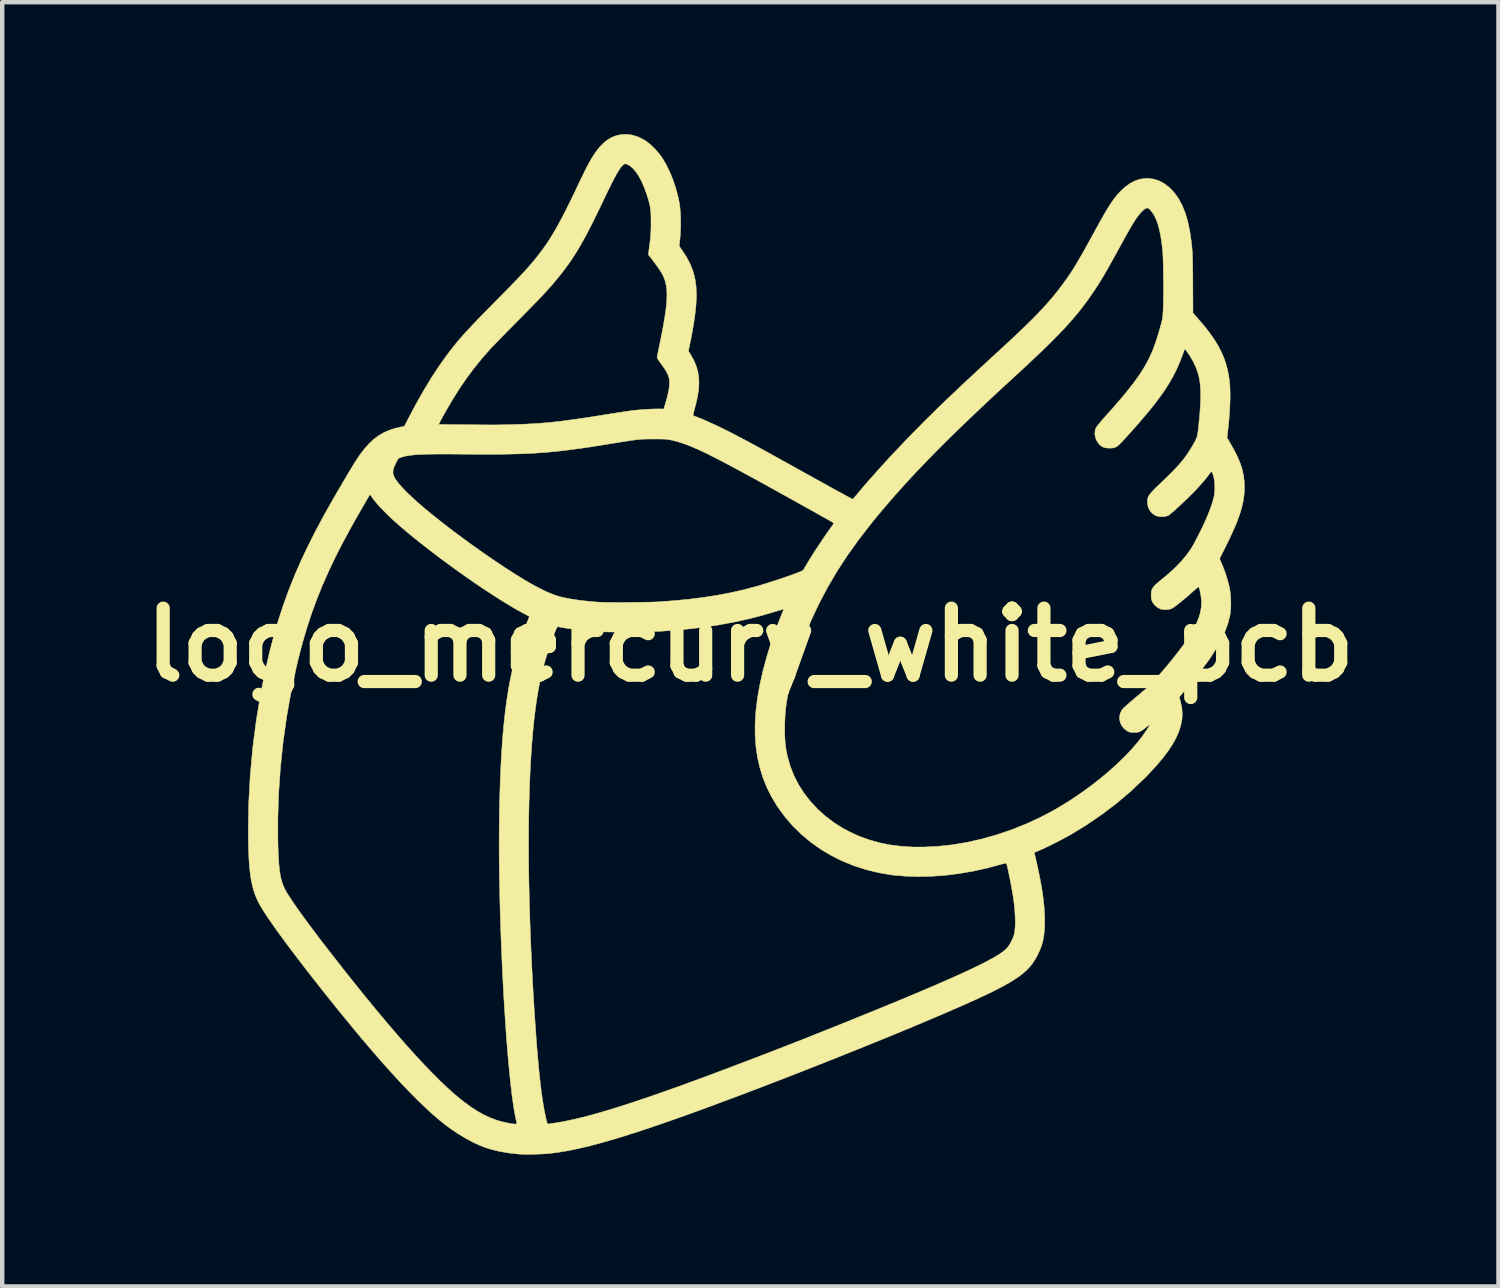
<source format=kicad_pcb>
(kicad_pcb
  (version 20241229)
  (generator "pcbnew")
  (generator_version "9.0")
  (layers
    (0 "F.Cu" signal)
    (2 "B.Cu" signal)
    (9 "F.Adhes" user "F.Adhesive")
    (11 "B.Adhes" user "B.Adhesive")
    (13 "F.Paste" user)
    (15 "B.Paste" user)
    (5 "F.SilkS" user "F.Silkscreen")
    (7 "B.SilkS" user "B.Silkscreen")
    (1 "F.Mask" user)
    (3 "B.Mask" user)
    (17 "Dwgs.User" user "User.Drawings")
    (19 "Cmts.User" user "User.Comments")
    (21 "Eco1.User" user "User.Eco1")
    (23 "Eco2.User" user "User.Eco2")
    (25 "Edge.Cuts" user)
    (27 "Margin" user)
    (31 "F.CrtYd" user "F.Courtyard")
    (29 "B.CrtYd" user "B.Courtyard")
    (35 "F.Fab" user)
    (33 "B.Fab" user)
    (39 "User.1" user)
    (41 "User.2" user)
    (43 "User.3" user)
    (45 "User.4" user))
  (footprint "logo_mercury_white_pcb"
    (layer "F.Cu")
    (at 14.014 11.615)
    (property "Reference" "logo_mercury_white_pcb" (at 0 0 0) (layer "F.SilkS") (effects (font (size 1.524 1.524) (thickness 0.3))))
    (attr through_hole)
    (fp_poly (pts (xy 3.69 -1.395) (xy 3.715 -1.387) (xy 3.733 -1.369) (xy 3.745 -1.338) (xy 3.752 -1.291) (xy 3.755 -1.225) (xy 3.755 -1.19) (xy 3.755 -1.15) (xy 3.754 -1.111) (xy 3.752 -1.071) (xy 3.749 -1.028) (xy 3.745 -0.979) (xy 3.739 -0.923) (xy 3.731 -0.856) (xy 3.722 -0.777) (xy 3.71 -0.684) (xy 3.696 -0.573) (xy 3.678 -0.444) (xy 3.665 -0.346) (xy 3.651 -0.235) (xy 3.637 -0.123) (xy 3.623 -0.013) (xy 3.611 0.09) (xy 3.6 0.183) (xy 3.592 0.261) (xy 3.586 0.32) (xy 3.585 0.323) (xy 3.57 0.608) (xy 3.574 0.882) (xy 3.597 1.147) (xy 3.639 1.4) (xy 3.7 1.642) (xy 3.781 1.872) (xy 3.88 2.089) (xy 3.88 2.089) (xy 3.972 2.247) (xy 4.077 2.389) (xy 4.197 2.516) (xy 4.334 2.631) (xy 4.49 2.734) (xy 4.632 2.812) (xy 4.679 2.835) (xy 4.743 2.864) (xy 4.818 2.897) (xy 4.9 2.932) (xy 4.982 2.966) (xy 5.013 2.979) (xy 5.166 3.042) (xy 5.298 3.1) (xy 5.411 3.153) (xy 5.504 3.2) (xy 5.579 3.244) (xy 5.638 3.284) (xy 5.68 3.322) (xy 5.707 3.358) (xy 5.721 3.392) (xy 5.722 3.426) (xy 5.72 3.435) (xy 5.698 3.476) (xy 5.655 3.517) (xy 5.594 3.557) (xy 5.515 3.595) (xy 5.422 3.63) (xy 5.316 3.663) (xy 5.2 3.692) (xy 5.075 3.718) (xy 4.944 3.739) (xy 4.808 3.755) (xy 4.67 3.767) (xy 4.533 3.772) (xy 4.397 3.771) (xy 4.324 3.768) (xy 4.074 3.744) (xy 3.842 3.704) (xy 3.625 3.649) (xy 3.426 3.577) (xy 3.242 3.49) (xy 3.074 3.386) (xy 2.923 3.266) (xy 2.851 3.199) (xy 2.723 3.054) (xy 2.614 2.896) (xy 2.522 2.724) (xy 2.45 2.54) (xy 2.397 2.343) (xy 2.362 2.134) (xy 2.347 1.914) (xy 2.348 1.749) (xy 2.361 1.549) (xy 2.388 1.345) (xy 2.429 1.135) (xy 2.485 0.916) (xy 2.555 0.687) (xy 2.641 0.445) (xy 2.699 0.294) (xy 2.771 0.12) (xy 2.847 -0.053) (xy 2.926 -0.225) (xy 3.008 -0.393) (xy 3.09 -0.555) (xy 3.173 -0.708) (xy 3.254 -0.851) (xy 3.333 -0.982) (xy 3.408 -1.099) (xy 3.479 -1.199) (xy 3.544 -1.28) (xy 3.58 -1.32) (xy 3.618 -1.358) (xy 3.645 -1.381) (xy 3.665 -1.393) (xy 3.684 -1.395) (xy 3.69 -1.395)) (stroke (width 0.01) (type solid)) (fill yes) (layer "F.Mask"))
    (fp_poly (pts (xy -8.642 -3.414) (xy -8.634 -3.403) (xy -8.601 -3.352) (xy -8.553 -3.289) (xy -8.49 -3.215) (xy -8.417 -3.134) (xy -8.335 -3.047) (xy -8.246 -2.958) (xy -8.152 -2.867) (xy -8.055 -2.777) (xy -7.959 -2.692) (xy -7.938 -2.673) (xy -7.77 -2.533) (xy -7.591 -2.387) (xy -7.401 -2.237) (xy -7.203 -2.085) (xy -7 -1.933) (xy -6.793 -1.781) (xy -6.584 -1.631) (xy -6.376 -1.485) (xy -6.171 -1.344) (xy -5.97 -1.21) (xy -5.777 -1.085) (xy -5.593 -0.969) (xy -5.42 -0.864) (xy -5.261 -0.773) (xy -5.156 -0.716) (xy -5.025 -0.646) (xy -5.088 -0.488) (xy -5.162 -0.294) (xy -5.231 -0.096) (xy -5.295 0.107) (xy -5.353 0.316) (xy -5.406 0.533) (xy -5.454 0.759) (xy -5.498 0.995) (xy -5.537 1.242) (xy -5.572 1.501) (xy -5.603 1.774) (xy -5.629 2.061) (xy -5.652 2.364) (xy -5.67 2.684) (xy -5.686 3.023) (xy -5.697 3.381) (xy -5.706 3.759) (xy -5.711 4.156) (xy -5.713 4.437) (xy -5.712 4.726) (xy -5.71 5.022) (xy -5.706 5.324) (xy -5.7 5.631) (xy -5.693 5.941) (xy -5.684 6.254) (xy -5.673 6.567) (xy -5.661 6.879) (xy -5.648 7.19) (xy -5.634 7.498) (xy -5.618 7.801) (xy -5.601 8.099) (xy -5.583 8.389) (xy -5.564 8.672) (xy -5.545 8.944) (xy -5.524 9.206) (xy -5.503 9.456) (xy -5.481 9.692) (xy -5.458 9.914) (xy -5.435 10.119) (xy -5.411 10.308) (xy -5.387 10.477) (xy -5.363 10.627) (xy -5.338 10.755) (xy -5.328 10.804) (xy -5.319 10.844) (xy -5.313 10.874) (xy -5.311 10.888) (xy -5.319 10.895) (xy -5.344 10.897) (xy -5.387 10.894) (xy -5.451 10.885) (xy -5.511 10.875) (xy -5.69 10.833) (xy -5.871 10.771) (xy -6.053 10.689) (xy -6.231 10.59) (xy -6.283 10.558) (xy -6.425 10.46) (xy -6.574 10.346) (xy -6.731 10.215) (xy -6.897 10.067) (xy -7.071 9.902) (xy -7.255 9.718) (xy -7.449 9.516) (xy -7.653 9.294) (xy -7.777 9.156) (xy -7.91 9.005) (xy -8.048 8.846) (xy -8.19 8.68) (xy -8.336 8.507) (xy -8.485 8.328) (xy -8.636 8.146) (xy -8.788 7.96) (xy -8.939 7.773) (xy -9.09 7.585) (xy -9.239 7.398) (xy -9.385 7.213) (xy -9.527 7.031) (xy -9.664 6.853) (xy -9.796 6.68) (xy -9.922 6.514) (xy -10.04 6.356) (xy -10.15 6.206) (xy -10.25 6.067) (xy -10.341 5.939) (xy -10.42 5.823) (xy -10.487 5.721) (xy -10.542 5.634) (xy -10.582 5.563) (xy -10.59 5.547) (xy -10.62 5.481) (xy -10.646 5.411) (xy -10.669 5.333) (xy -10.688 5.246) (xy -10.704 5.149) (xy -10.717 5.038) (xy -10.727 4.913) (xy -10.735 4.771) (xy -10.741 4.61) (xy -10.745 4.429) (xy -10.745 4.381) (xy -10.743 3.832) (xy -10.721 3.275) (xy -10.679 2.714) (xy -10.618 2.154) (xy -10.539 1.596) (xy -10.441 1.046) (xy -10.325 0.506) (xy -10.264 0.254) (xy -10.177 -0.075) (xy -10.084 -0.392) (xy -9.982 -0.701) (xy -9.872 -1.005) (xy -9.751 -1.308) (xy -9.619 -1.612) (xy -9.474 -1.921) (xy -9.314 -2.237) (xy -9.14 -2.565) (xy -9.08 -2.673) (xy -9.044 -2.738) (xy -9.002 -2.812) (xy -8.957 -2.891) (xy -8.911 -2.972) (xy -8.864 -3.054) (xy -8.819 -3.134) (xy -8.775 -3.208) (xy -8.737 -3.275) (xy -8.703 -3.332) (xy -8.677 -3.377) (xy -8.659 -3.406) (xy -8.651 -3.417) (xy -8.642 -3.414)) (stroke (width 0.01) (type solid)) (fill yes) (layer "F.Mask"))
    (fp_poly (pts (xy -2.088 -4.681) (xy -1.995 -4.678) (xy -1.915 -4.673) (xy -1.844 -4.665) (xy -1.775 -4.653) (xy -1.706 -4.636) (xy -1.63 -4.613) (xy -1.543 -4.585) (xy -1.419 -4.539) (xy -1.278 -4.481) (xy -1.118 -4.409) (xy -0.94 -4.325) (xy -0.743 -4.227) (xy -0.528 -4.115) (xy -0.312 -4) (xy -0.253 -3.968) (xy -0.18 -3.928) (xy -0.094 -3.881) (xy 0.004 -3.828) (xy 0.111 -3.769) (xy 0.225 -3.706) (xy 0.347 -3.638) (xy 0.473 -3.569) (xy 0.603 -3.497) (xy 0.735 -3.424) (xy 0.866 -3.351) (xy 0.997 -3.278) (xy 1.124 -3.208) (xy 1.247 -3.139) (xy 1.364 -3.074) (xy 1.473 -3.013) (xy 1.573 -2.957) (xy 1.662 -2.908) (xy 1.738 -2.865) (xy 1.801 -2.829) (xy 1.848 -2.802) (xy 1.878 -2.785) (xy 1.889 -2.778) (xy 1.89 -2.768) (xy 1.881 -2.748) (xy 1.862 -2.715) (xy 1.832 -2.668) (xy 1.789 -2.606) (xy 1.749 -2.55) (xy 1.65 -2.407) (xy 1.551 -2.26) (xy 1.455 -2.114) (xy 1.367 -1.974) (xy 1.29 -1.845) (xy 1.276 -1.822) (xy 1.254 -1.781) (xy 1.236 -1.75) (xy 1.22 -1.725) (xy 1.203 -1.705) (xy 1.182 -1.688) (xy 1.155 -1.672) (xy 1.118 -1.656) (xy 1.069 -1.637) (xy 1.006 -1.614) (xy 0.924 -1.585) (xy 0.901 -1.576) (xy 0.592 -1.469) (xy 0.291 -1.374) (xy -0.006 -1.291) (xy -0.304 -1.218) (xy -0.605 -1.155) (xy -0.912 -1.102) (xy -1.23 -1.057) (xy -1.563 -1.02) (xy -1.912 -0.991) (xy -2.049 -0.981) (xy -2.116 -0.978) (xy -2.201 -0.975) (xy -2.301 -0.972) (xy -2.413 -0.969) (xy -2.533 -0.967) (xy -2.658 -0.966) (xy -2.786 -0.965) (xy -2.911 -0.964) (xy -3.032 -0.964) (xy -3.145 -0.964) (xy -3.246 -0.965) (xy -3.332 -0.967) (xy -3.4 -0.969) (xy -3.423 -0.97) (xy -3.594 -0.983) (xy -3.761 -0.999) (xy -3.921 -1.019) (xy -4.07 -1.041) (xy -4.205 -1.067) (xy -4.324 -1.094) (xy -4.416 -1.121) (xy -4.538 -1.166) (xy -4.674 -1.227) (xy -4.826 -1.302) (xy -4.992 -1.393) (xy -5.174 -1.5) (xy -5.372 -1.622) (xy -5.585 -1.759) (xy -5.815 -1.913) (xy -6.061 -2.082) (xy -6.281 -2.238) (xy -6.509 -2.403) (xy -6.726 -2.564) (xy -6.93 -2.719) (xy -7.121 -2.868) (xy -7.298 -3.011) (xy -7.459 -3.147) (xy -7.606 -3.276) (xy -7.736 -3.395) (xy -7.849 -3.506) (xy -7.944 -3.608) (xy -8.021 -3.699) (xy -8.079 -3.779) (xy -8.088 -3.794) (xy -8.111 -3.833) (xy -8.123 -3.862) (xy -8.127 -3.893) (xy -8.126 -3.936) (xy -8.126 -3.939) (xy -8.122 -3.978) (xy -8.114 -4.014) (xy -8.1 -4.053) (xy -8.078 -4.102) (xy -8.064 -4.129) (xy -8.038 -4.179) (xy -8.019 -4.213) (xy -8.003 -4.235) (xy -7.986 -4.248) (xy -7.965 -4.258) (xy -7.955 -4.262) (xy -7.92 -4.272) (xy -7.87 -4.284) (xy -7.815 -4.295) (xy -7.793 -4.299) (xy -7.74 -4.308) (xy -7.686 -4.315) (xy -7.629 -4.321) (xy -7.566 -4.326) (xy -7.497 -4.331) (xy -7.419 -4.334) (xy -7.331 -4.336) (xy -7.23 -4.338) (xy -7.116 -4.339) (xy -6.985 -4.339) (xy -6.836 -4.339) (xy -6.668 -4.338) (xy -6.494 -4.336) (xy -6.231 -4.334) (xy -5.989 -4.334) (xy -5.765 -4.334) (xy -5.556 -4.336) (xy -5.36 -4.34) (xy -5.174 -4.346) (xy -4.997 -4.354) (xy -4.824 -4.364) (xy -4.655 -4.377) (xy -4.485 -4.392) (xy -4.313 -4.41) (xy -4.137 -4.432) (xy -3.953 -4.456) (xy -3.759 -4.483) (xy -3.553 -4.515) (xy -3.332 -4.55) (xy -3.192 -4.572) (xy -3.051 -4.595) (xy -2.931 -4.614) (xy -2.828 -4.631) (xy -2.74 -4.644) (xy -2.664 -4.655) (xy -2.599 -4.663) (xy -2.541 -4.67) (xy -2.487 -4.675) (xy -2.436 -4.678) (xy -2.385 -4.68) (xy -2.33 -4.681) (xy -2.27 -4.681) (xy -2.202 -4.681) (xy -2.199 -4.681) (xy -2.088 -4.681)) (stroke (width 0.01) (type solid)) (fill yes) (layer "F.Mask"))
    (fp_poly (pts (xy 0.758 -0.804) (xy 0.716 -0.7) (xy 0.681 -0.613) (xy 0.651 -0.538) (xy 0.625 -0.471) (xy 0.601 -0.408) (xy 0.577 -0.344) (xy 0.552 -0.275) (xy 0.551 -0.271) (xy 0.431 0.08) (xy 0.331 0.417) (xy 0.249 0.742) (xy 0.185 1.055) (xy 0.14 1.356) (xy 0.114 1.645) (xy 0.106 1.923) (xy 0.117 2.191) (xy 0.146 2.448) (xy 0.193 2.694) (xy 0.208 2.754) (xy 0.24 2.874) (xy 0.274 2.982) (xy 0.311 3.084) (xy 0.355 3.189) (xy 0.408 3.304) (xy 0.427 3.342) (xy 0.553 3.573) (xy 0.698 3.793) (xy 0.863 4.002) (xy 1.044 4.197) (xy 1.242 4.379) (xy 1.455 4.547) (xy 1.682 4.699) (xy 1.922 4.835) (xy 2.174 4.953) (xy 2.436 5.053) (xy 2.59 5.102) (xy 2.861 5.17) (xy 3.145 5.221) (xy 3.441 5.254) (xy 3.746 5.269) (xy 4.06 5.266) (xy 4.381 5.246) (xy 4.707 5.209) (xy 5.036 5.154) (xy 5.367 5.082) (xy 5.699 4.992) (xy 5.707 4.989) (xy 5.766 4.973) (xy 5.804 4.966) (xy 5.823 4.966) (xy 5.825 4.969) (xy 5.835 5.001) (xy 5.847 5.053) (xy 5.862 5.121) (xy 5.879 5.202) (xy 5.897 5.292) (xy 5.916 5.388) (xy 5.935 5.487) (xy 5.952 5.585) (xy 5.969 5.68) (xy 5.983 5.767) (xy 5.995 5.844) (xy 6 5.877) (xy 6.009 5.954) (xy 6.015 6.042) (xy 6.019 6.136) (xy 6.021 6.232) (xy 6.021 6.326) (xy 6.019 6.413) (xy 6.014 6.489) (xy 6.007 6.549) (xy 6.001 6.581) (xy 5.977 6.652) (xy 5.944 6.727) (xy 5.905 6.8) (xy 5.865 6.862) (xy 5.831 6.903) (xy 5.785 6.946) (xy 5.725 6.992) (xy 5.65 7.042) (xy 5.56 7.097) (xy 5.455 7.156) (xy 5.333 7.221) (xy 5.194 7.291) (xy 5.036 7.367) (xy 4.86 7.449) (xy 4.665 7.538) (xy 4.45 7.633) (xy 4.214 7.736) (xy 4.122 7.776) (xy 3.893 7.873) (xy 3.645 7.978) (xy 3.38 8.088) (xy 3.1 8.204) (xy 2.807 8.324) (xy 2.504 8.447) (xy 2.192 8.573) (xy 1.874 8.7) (xy 1.553 8.828) (xy 1.23 8.956) (xy 0.907 9.083) (xy 0.588 9.208) (xy 0.273 9.33) (xy -0.034 9.448) (xy -0.331 9.561) (xy -0.438 9.602) (xy -0.82 9.745) (xy -1.182 9.88) (xy -1.524 10.004) (xy -1.847 10.12) (xy -2.151 10.227) (xy -2.438 10.325) (xy -2.708 10.415) (xy -2.961 10.497) (xy -3.198 10.57) (xy -3.421 10.636) (xy -3.628 10.694) (xy -3.822 10.745) (xy -4.003 10.789) (xy -4.171 10.825) (xy -4.327 10.855) (xy -4.457 10.876) (xy -4.504 10.883) (xy -4.548 10.889) (xy -4.579 10.894) (xy -4.58 10.894) (xy -4.616 10.9) (xy -4.645 10.775) (xy -4.671 10.658) (xy -4.696 10.531) (xy -4.719 10.393) (xy -4.742 10.242) (xy -4.764 10.079) (xy -4.785 9.901) (xy -4.805 9.708) (xy -4.825 9.498) (xy -4.845 9.27) (xy -4.865 9.024) (xy -4.884 8.757) (xy -4.904 8.47) (xy -4.918 8.249) (xy -4.945 7.791) (xy -4.969 7.333) (xy -4.99 6.879) (xy -5.007 6.429) (xy -5.021 5.986) (xy -5.032 5.551) (xy -5.039 5.127) (xy -5.043 4.714) (xy -5.043 4.316) (xy -5.04 3.933) (xy -5.033 3.568) (xy -5.023 3.222) (xy -5.011 2.933) (xy -4.993 2.608) (xy -4.973 2.305) (xy -4.951 2.021) (xy -4.925 1.755) (xy -4.895 1.505) (xy -4.862 1.268) (xy -4.825 1.044) (xy -4.784 0.831) (xy -4.738 0.626) (xy -4.687 0.427) (xy -4.631 0.234) (xy -4.569 0.045) (xy -4.501 -0.144) (xy -4.47 -0.223) (xy -4.443 -0.292) (xy -4.423 -0.342) (xy -4.408 -0.377) (xy -4.396 -0.398) (xy -4.387 -0.409) (xy -4.377 -0.413) (xy -4.367 -0.411) (xy -4.365 -0.411) (xy -4.265 -0.392) (xy -4.147 -0.373) (xy -4.015 -0.355) (xy -3.872 -0.338) (xy -3.725 -0.323) (xy -3.576 -0.31) (xy -3.431 -0.3) (xy -3.412 -0.299) (xy -3.327 -0.296) (xy -3.223 -0.293) (xy -3.104 -0.292) (xy -2.974 -0.291) (xy -2.835 -0.291) (xy -2.693 -0.292) (xy -2.55 -0.294) (xy -2.412 -0.297) (xy -2.28 -0.3) (xy -2.161 -0.304) (xy -2.056 -0.309) (xy -2.003 -0.312) (xy -1.623 -0.34) (xy -1.261 -0.377) (xy -0.915 -0.422) (xy -0.581 -0.477) (xy -0.256 -0.541) (xy 0.063 -0.615) (xy 0.38 -0.701) (xy 0.598 -0.766) (xy 0.655 -0.783) (xy 0.703 -0.796) (xy 0.738 -0.804) (xy 0.756 -0.806) (xy 0.758 -0.804)) (stroke (width 0.01) (type solid)) (fill yes) (layer "F.Mask"))
    (fp_poly (pts (xy -2.678 -11.592) (xy -2.554 -11.552) (xy -2.43 -11.491) (xy -2.376 -11.458) (xy -2.304 -11.404) (xy -2.227 -11.335) (xy -2.15 -11.257) (xy -2.079 -11.175) (xy -2.018 -11.095) (xy -2.01 -11.083) (xy -1.919 -10.93) (xy -1.835 -10.76) (xy -1.76 -10.577) (xy -1.696 -10.386) (xy -1.644 -10.191) (xy -1.615 -10.05) (xy -1.6 -9.941) (xy -1.59 -9.815) (xy -1.584 -9.678) (xy -1.584 -9.535) (xy -1.589 -9.393) (xy -1.598 -9.263) (xy -1.617 -9.065) (xy -1.549 -8.969) (xy -1.446 -8.81) (xy -1.364 -8.652) (xy -1.302 -8.491) (xy -1.259 -8.325) (xy -1.234 -8.151) (xy -1.226 -7.964) (xy -1.228 -7.868) (xy -1.237 -7.717) (xy -1.255 -7.548) (xy -1.28 -7.363) (xy -1.312 -7.167) (xy -1.35 -6.961) (xy -1.381 -6.814) (xy -1.409 -6.683) (xy -1.345 -6.579) (xy -1.279 -6.457) (xy -1.229 -6.335) (xy -1.193 -6.211) (xy -1.173 -6.082) (xy -1.168 -5.946) (xy -1.178 -5.799) (xy -1.202 -5.64) (xy -1.241 -5.467) (xy -1.259 -5.401) (xy -1.275 -5.342) (xy -1.288 -5.29) (xy -1.298 -5.25) (xy -1.304 -5.227) (xy -1.305 -5.222) (xy -1.295 -5.214) (xy -1.268 -5.201) (xy -1.231 -5.187) (xy -1.227 -5.185) (xy -1.161 -5.16) (xy -1.079 -5.126) (xy -0.984 -5.085) (xy -0.88 -5.038) (xy -0.769 -4.987) (xy -0.657 -4.933) (xy -0.546 -4.878) (xy -0.468 -4.839) (xy -0.397 -4.802) (xy -0.329 -4.767) (xy -0.26 -4.731) (xy -0.191 -4.695) (xy -0.119 -4.656) (xy -0.042 -4.616) (xy 0.039 -4.571) (xy 0.128 -4.523) (xy 0.225 -4.47) (xy 0.332 -4.412) (xy 0.45 -4.347) (xy 0.581 -4.274) (xy 0.726 -4.194) (xy 0.887 -4.105) (xy 1.064 -4.006) (xy 1.26 -3.897) (xy 1.297 -3.877) (xy 1.438 -3.799) (xy 1.574 -3.723) (xy 1.703 -3.652) (xy 1.823 -3.585) (xy 1.934 -3.524) (xy 2.034 -3.47) (xy 2.121 -3.422) (xy 2.195 -3.382) (xy 2.253 -3.351) (xy 2.295 -3.328) (xy 2.319 -3.316) (xy 2.324 -3.314) (xy 2.337 -3.323) (xy 2.36 -3.346) (xy 2.39 -3.38) (xy 2.419 -3.414) (xy 2.494 -3.505) (xy 2.584 -3.611) (xy 2.685 -3.727) (xy 2.795 -3.851) (xy 2.911 -3.982) (xy 3.032 -4.115) (xy 3.155 -4.249) (xy 3.278 -4.381) (xy 3.365 -4.473) (xy 3.503 -4.618) (xy 3.638 -4.758) (xy 3.774 -4.897) (xy 3.91 -5.035) (xy 4.05 -5.174) (xy 4.194 -5.316) (xy 4.344 -5.462) (xy 4.501 -5.613) (xy 4.668 -5.771) (xy 4.845 -5.938) (xy 5.034 -6.114) (xy 5.237 -6.303) (xy 5.455 -6.504) (xy 5.553 -6.594) (xy 5.734 -6.76) (xy 5.899 -6.914) (xy 6.049 -7.054) (xy 6.186 -7.184) (xy 6.309 -7.304) (xy 6.422 -7.416) (xy 6.525 -7.521) (xy 6.62 -7.62) (xy 6.707 -7.715) (xy 6.789 -7.807) (xy 6.866 -7.897) (xy 6.94 -7.987) (xy 7.012 -8.078) (xy 7.082 -8.171) (xy 7.139 -8.248) (xy 7.192 -8.322) (xy 7.244 -8.397) (xy 7.295 -8.473) (xy 7.347 -8.554) (xy 7.4 -8.641) (xy 7.457 -8.736) (xy 7.518 -8.842) (xy 7.586 -8.961) (xy 7.66 -9.094) (xy 7.743 -9.245) (xy 7.799 -9.346) (xy 7.881 -9.496) (xy 7.954 -9.628) (xy 8.019 -9.742) (xy 8.076 -9.842) (xy 8.128 -9.928) (xy 8.175 -10.003) (xy 8.219 -10.069) (xy 8.26 -10.128) (xy 8.3 -10.18) (xy 8.34 -10.229) (xy 8.381 -10.276) (xy 8.41 -10.307) (xy 8.522 -10.412) (xy 8.637 -10.495) (xy 8.755 -10.556) (xy 8.876 -10.593) (xy 9 -10.608) (xy 9.068 -10.607) (xy 9.188 -10.589) (xy 9.3 -10.551) (xy 9.408 -10.493) (xy 9.513 -10.414) (xy 9.548 -10.383) (xy 9.652 -10.27) (xy 9.744 -10.138) (xy 9.824 -9.987) (xy 9.892 -9.816) (xy 9.948 -9.625) (xy 9.992 -9.415) (xy 10.009 -9.311) (xy 10.019 -9.236) (xy 10.028 -9.168) (xy 10.036 -9.104) (xy 10.042 -9.041) (xy 10.047 -8.976) (xy 10.052 -8.908) (xy 10.055 -8.834) (xy 10.057 -8.751) (xy 10.059 -8.655) (xy 10.061 -8.546) (xy 10.062 -8.42) (xy 10.063 -8.274) (xy 10.063 -8.216) (xy 10.066 -7.548) (xy 10.171 -7.429) (xy 10.317 -7.259) (xy 10.443 -7.098) (xy 10.552 -6.943) (xy 10.644 -6.792) (xy 10.72 -6.642) (xy 10.782 -6.493) (xy 10.831 -6.34) (xy 10.868 -6.182) (xy 10.894 -6.016) (xy 10.898 -5.978) (xy 10.907 -5.858) (xy 10.911 -5.718) (xy 10.91 -5.562) (xy 10.903 -5.392) (xy 10.892 -5.212) (xy 10.876 -5.025) (xy 10.858 -4.864) (xy 10.84 -4.711) (xy 10.915 -4.584) (xy 11.007 -4.421) (xy 11.082 -4.27) (xy 11.141 -4.128) (xy 11.185 -3.99) (xy 11.215 -3.855) (xy 11.232 -3.72) (xy 11.237 -3.596) (xy 11.234 -3.481) (xy 11.223 -3.366) (xy 11.204 -3.249) (xy 11.176 -3.127) (xy 11.139 -2.999) (xy 11.091 -2.863) (xy 11.033 -2.715) (xy 10.962 -2.555) (xy 10.88 -2.38) (xy 10.812 -2.242) (xy 10.671 -1.961) (xy 10.717 -1.855) (xy 10.754 -1.764) (xy 10.792 -1.661) (xy 10.828 -1.552) (xy 10.86 -1.445) (xy 10.886 -1.347) (xy 10.9 -1.282) (xy 10.915 -1.185) (xy 10.924 -1.075) (xy 10.928 -0.961) (xy 10.926 -0.848) (xy 10.918 -0.744) (xy 10.906 -0.664) (xy 10.86 -0.485) (xy 10.793 -0.3) (xy 10.705 -0.109) (xy 10.594 0.089) (xy 10.462 0.293) (xy 10.445 0.318) (xy 10.378 0.41) (xy 10.299 0.516) (xy 10.21 0.631) (xy 10.114 0.753) (xy 10.015 0.876) (xy 9.914 0.998) (xy 9.816 1.115) (xy 9.77 1.169) (xy 9.763 1.18) (xy 9.761 1.195) (xy 9.764 1.219) (xy 9.773 1.257) (xy 9.784 1.298) (xy 9.812 1.428) (xy 9.823 1.559) (xy 9.816 1.692) (xy 9.79 1.828) (xy 9.746 1.967) (xy 9.684 2.111) (xy 9.602 2.26) (xy 9.5 2.414) (xy 9.379 2.575) (xy 9.237 2.743) (xy 9.075 2.919) (xy 8.96 3.037) (xy 8.656 3.325) (xy 8.337 3.596) (xy 8.001 3.852) (xy 7.647 4.094) (xy 7.32 4.295) (xy 7.236 4.343) (xy 7.137 4.396) (xy 7.029 4.453) (xy 6.918 4.51) (xy 6.809 4.564) (xy 6.708 4.613) (xy 6.619 4.654) (xy 6.597 4.663) (xy 6.457 4.724) (xy 6.467 4.766) (xy 6.517 4.983) (xy 6.559 5.18) (xy 6.595 5.36) (xy 6.625 5.527) (xy 6.649 5.681) (xy 6.667 5.827) (xy 6.681 5.966) (xy 6.689 6.101) (xy 6.693 6.194) (xy 6.694 6.351) (xy 6.688 6.489) (xy 6.675 6.613) (xy 6.654 6.727) (xy 6.624 6.836) (xy 6.584 6.942) (xy 6.54 7.037) (xy 6.489 7.133) (xy 6.433 7.221) (xy 6.37 7.304) (xy 6.298 7.382) (xy 6.216 7.458) (xy 6.122 7.532) (xy 6.013 7.606) (xy 5.889 7.683) (xy 5.746 7.762) (xy 5.584 7.847) (xy 5.536 7.871) (xy 5.405 7.935) (xy 5.254 8.006) (xy 5.084 8.085) (xy 4.895 8.169) (xy 4.69 8.26) (xy 4.47 8.355) (xy 4.235 8.456) (xy 3.987 8.561) (xy 3.728 8.67) (xy 3.458 8.782) (xy 3.18 8.897) (xy 2.893 9.014) (xy 2.599 9.133) (xy 2.301 9.253) (xy 1.998 9.375) (xy 1.692 9.496) (xy 1.384 9.617) (xy 1.076 9.738) (xy 0.77 9.858) (xy 0.465 9.975) (xy 0.163 10.091) (xy -0.133 10.204) (xy -0.424 10.313) (xy -0.708 10.419) (xy -0.983 10.521) (xy -1.249 10.618) (xy -1.504 10.71) (xy -1.746 10.796) (xy -1.841 10.829) (xy -2.152 10.936) (xy -2.442 11.034) (xy -2.714 11.122) (xy -2.969 11.202) (xy -3.208 11.273) (xy -3.432 11.336) (xy -3.642 11.392) (xy -3.84 11.439) (xy -4.027 11.48) (xy -4.203 11.514) (xy -4.371 11.541) (xy -4.531 11.562) (xy -4.543 11.563) (xy -4.63 11.571) (xy -4.731 11.578) (xy -4.841 11.582) (xy -4.953 11.585) (xy -5.061 11.586) (xy -5.161 11.585) (xy -5.246 11.582) (xy -5.271 11.58) (xy -5.497 11.555) (xy -5.712 11.518) (xy -5.91 11.469) (xy -6.032 11.43) (xy -6.172 11.375) (xy -6.322 11.304) (xy -6.478 11.22) (xy -6.637 11.124) (xy -6.794 11.019) (xy -6.926 10.922) (xy -7.078 10.801) (xy -7.239 10.662) (xy -7.41 10.505) (xy -7.591 10.33) (xy -7.781 10.137) (xy -7.982 9.925) (xy -8.193 9.695) (xy -8.415 9.446) (xy -8.647 9.177) (xy -8.891 8.89) (xy -9.145 8.582) (xy -9.411 8.256) (xy -9.555 8.076) (xy -9.75 7.832) (xy -9.934 7.597) (xy -10.109 7.374) (xy -10.272 7.161) (xy -10.424 6.961) (xy -10.565 6.773) (xy -10.693 6.599) (xy -10.809 6.438) (xy -10.911 6.291) (xy -11.001 6.16) (xy -11.076 6.044) (xy -11.137 5.944) (xy -11.183 5.861) (xy -11.186 5.856) (xy -11.229 5.764) (xy -11.268 5.667) (xy -11.301 5.564) (xy -11.33 5.452) (xy -11.354 5.331) (xy -11.374 5.197) (xy -11.39 5.051) (xy -11.402 4.888) (xy -11.41 4.709) (xy -11.416 4.511) (xy -11.417 4.381) (xy -10.745 4.381) (xy -10.742 4.568) (xy -10.736 4.734) (xy -10.729 4.88) (xy -10.719 5.009) (xy -10.707 5.123) (xy -10.692 5.224) (xy -10.674 5.313) (xy -10.652 5.393) (xy -10.627 5.465) (xy -10.598 5.531) (xy -10.59 5.547) (xy -10.554 5.614) (xy -10.502 5.698) (xy -10.437 5.798) (xy -10.359 5.913) (xy -10.268 6.043) (xy -10.164 6.187) (xy -10.049 6.344) (xy -9.922 6.513) (xy -9.785 6.695) (xy -9.637 6.887) (xy -9.48 7.089) (xy -9.314 7.301) (xy -9.14 7.522) (xy -9.01 7.684) (xy -8.755 8.002) (xy -8.508 8.302) (xy -8.271 8.586) (xy -8.043 8.852) (xy -7.825 9.102) (xy -7.617 9.333) (xy -7.419 9.546) (xy -7.232 9.74) (xy -7.055 9.916) (xy -6.89 10.073) (xy -6.737 10.211) (xy -6.668 10.269) (xy -6.508 10.397) (xy -6.358 10.507) (xy -6.215 10.6) (xy -6.076 10.679) (xy -5.938 10.744) (xy -5.799 10.799) (xy -5.776 10.806) (xy -5.708 10.828) (xy -5.636 10.847) (xy -5.563 10.864) (xy -5.494 10.878) (xy -5.431 10.889) (xy -5.378 10.895) (xy -5.339 10.897) (xy -5.315 10.894) (xy -5.311 10.888) (xy -5.313 10.872) (xy -5.32 10.84) (xy -5.328 10.804) (xy -5.352 10.686) (xy -5.377 10.545) (xy -5.401 10.384) (xy -5.425 10.204) (xy -5.448 10.006) (xy -5.471 9.791) (xy -5.493 9.561) (xy -5.515 9.317) (xy -5.536 9.06) (xy -5.556 8.792) (xy -5.575 8.513) (xy -5.594 8.226) (xy -5.611 7.931) (xy -5.627 7.63) (xy -5.642 7.324) (xy -5.656 7.014) (xy -5.668 6.702) (xy -5.68 6.389) (xy -5.689 6.076) (xy -5.697 5.764) (xy -5.704 5.456) (xy -5.709 5.151) (xy -5.712 4.852) (xy -5.713 4.56) (xy -5.712 4.433) (xy -5.044 4.433) (xy -5.042 4.881) (xy -5.037 5.344) (xy -5.026 5.82) (xy -5.012 6.309) (xy -4.993 6.808) (xy -4.97 7.316) (xy -4.943 7.832) (xy -4.918 8.249) (xy -4.897 8.562) (xy -4.877 8.852) (xy -4.857 9.122) (xy -4.836 9.371) (xy -4.815 9.601) (xy -4.794 9.812) (xy -4.772 10.006) (xy -4.75 10.184) (xy -4.727 10.346) (xy -4.703 10.494) (xy -4.678 10.628) (xy -4.652 10.75) (xy -4.635 10.821) (xy -4.624 10.862) (xy -4.616 10.885) (xy -4.606 10.895) (xy -4.591 10.895) (xy -4.579 10.894) (xy -4.553 10.89) (xy -4.51 10.883) (xy -4.458 10.875) (xy -4.422 10.87) (xy -4.285 10.847) (xy -4.137 10.818) (xy -3.978 10.783) (xy -3.808 10.742) (xy -3.625 10.694) (xy -3.43 10.639) (xy -3.221 10.578) (xy -2.999 10.509) (xy -2.761 10.433) (xy -2.509 10.349) (xy -2.241 10.258) (xy -1.957 10.159) (xy -1.655 10.052) (xy -1.336 9.936) (xy -0.999 9.812) (xy -0.644 9.679) (xy -0.269 9.537) (xy 0.126 9.387) (xy 0.534 9.229) (xy 0.765 9.14) (xy 1.007 9.045) (xy 1.259 8.946) (xy 1.517 8.843) (xy 1.78 8.738) (xy 2.045 8.632) (xy 2.31 8.525) (xy 2.572 8.419) (xy 2.828 8.315) (xy 3.077 8.213) (xy 3.315 8.115) (xy 3.54 8.021) (xy 3.751 7.933) (xy 3.944 7.852) (xy 4.054 7.804) (xy 4.301 7.698) (xy 4.527 7.599) (xy 4.733 7.507) (xy 4.919 7.422) (xy 5.086 7.343) (xy 5.236 7.27) (xy 5.368 7.203) (xy 5.483 7.141) (xy 5.583 7.084) (xy 5.667 7.032) (xy 5.737 6.983) (xy 5.794 6.938) (xy 5.831 6.903) (xy 5.869 6.856) (xy 5.909 6.793) (xy 5.947 6.722) (xy 5.978 6.649) (xy 5.999 6.587) (xy 6.013 6.51) (xy 6.022 6.414) (xy 6.025 6.301) (xy 6.022 6.175) (xy 6.014 6.039) (xy 6 5.896) (xy 5.981 5.749) (xy 5.98 5.744) (xy 5.97 5.679) (xy 5.956 5.603) (xy 5.941 5.517) (xy 5.924 5.427) (xy 5.906 5.336) (xy 5.888 5.247) (xy 5.871 5.164) (xy 5.855 5.091) (xy 5.842 5.031) (xy 5.831 4.987) (xy 5.825 4.969) (xy 5.813 4.965) (xy 5.782 4.97) (xy 5.73 4.983) (xy 5.707 4.989) (xy 5.393 5.075) (xy 5.075 5.145) (xy 4.757 5.2) (xy 4.44 5.24) (xy 4.127 5.263) (xy 3.822 5.27) (xy 3.527 5.261) (xy 3.245 5.236) (xy 3.205 5.231) (xy 2.912 5.181) (xy 2.628 5.111) (xy 2.354 5.023) (xy 2.091 4.916) (xy 1.839 4.79) (xy 1.6 4.648) (xy 1.375 4.488) (xy 1.164 4.312) (xy 0.968 4.121) (xy 0.789 3.914) (xy 0.627 3.693) (xy 0.609 3.666) (xy 0.483 3.456) (xy 0.375 3.241) (xy 0.286 3.018) (xy 0.214 2.787) (xy 0.161 2.548) (xy 0.125 2.3) (xy 0.108 2.042) (xy 0.108 1.888) (xy 0.781 1.888) (xy 0.782 2.019) (xy 0.786 2.132) (xy 0.793 2.234) (xy 0.804 2.33) (xy 0.82 2.425) (xy 0.841 2.524) (xy 0.849 2.557) (xy 0.912 2.774) (xy 0.996 2.984) (xy 1.101 3.186) (xy 1.225 3.379) (xy 1.368 3.562) (xy 1.528 3.734) (xy 1.705 3.894) (xy 1.897 4.039) (xy 2.103 4.17) (xy 2.249 4.248) (xy 2.469 4.349) (xy 2.695 4.432) (xy 2.928 4.498) (xy 3.17 4.548) (xy 3.423 4.58) (xy 3.688 4.597) (xy 3.967 4.597) (xy 4.26 4.582) (xy 4.594 4.547) (xy 4.932 4.49) (xy 5.272 4.413) (xy 5.613 4.316) (xy 5.95 4.201) (xy 6.282 4.068) (xy 6.606 3.917) (xy 6.877 3.775) (xy 7.098 3.646) (xy 7.318 3.507) (xy 7.534 3.36) (xy 7.746 3.206) (xy 7.95 3.047) (xy 8.145 2.884) (xy 8.329 2.719) (xy 8.501 2.554) (xy 8.658 2.39) (xy 8.799 2.228) (xy 8.921 2.071) (xy 9.022 1.923) (xy 9.049 1.88) (xy 9.07 1.844) (xy 9.083 1.819) (xy 9.086 1.81) (xy 9.078 1.813) (xy 9.056 1.828) (xy 9.025 1.852) (xy 9.003 1.871) (xy 8.945 1.918) (xy 8.899 1.951) (xy 8.859 1.972) (xy 8.82 1.985) (xy 8.775 1.99) (xy 8.728 1.991) (xy 8.674 1.99) (xy 8.635 1.985) (xy 8.603 1.976) (xy 8.581 1.965) (xy 8.511 1.916) (xy 8.457 1.855) (xy 8.419 1.785) (xy 8.399 1.709) (xy 8.396 1.631) (xy 8.413 1.555) (xy 8.448 1.484) (xy 8.469 1.458) (xy 8.487 1.439) (xy 8.522 1.407) (xy 8.568 1.365) (xy 8.625 1.315) (xy 8.69 1.259) (xy 8.76 1.199) (xy 8.795 1.17) (xy 8.879 1.099) (xy 8.948 1.04) (xy 9.005 0.991) (xy 9.053 0.949) (xy 9.095 0.91) (xy 9.132 0.873) (xy 9.169 0.834) (xy 9.208 0.791) (xy 9.251 0.742) (xy 9.301 0.682) (xy 9.351 0.623) (xy 9.46 0.495) (xy 9.555 0.38) (xy 9.638 0.277) (xy 9.712 0.183) (xy 9.779 0.096) (xy 9.84 0.012) (xy 9.898 -0.071) (xy 9.955 -0.156) (xy 9.968 -0.175) (xy 10.063 -0.329) (xy 10.139 -0.473) (xy 10.196 -0.609) (xy 10.235 -0.739) (xy 10.256 -0.864) (xy 10.26 -0.986) (xy 10.254 -1.062) (xy 10.245 -1.119) (xy 10.235 -1.177) (xy 10.224 -1.231) (xy 10.213 -1.276) (xy 10.202 -1.307) (xy 10.194 -1.321) (xy 10.193 -1.321) (xy 10.183 -1.314) (xy 10.158 -1.294) (xy 10.123 -1.264) (xy 10.079 -1.226) (xy 10.049 -1.199) (xy 9.977 -1.135) (xy 9.903 -1.071) (xy 9.83 -1.011) (xy 9.761 -0.955) (xy 9.699 -0.906) (xy 9.646 -0.866) (xy 9.606 -0.839) (xy 9.588 -0.829) (xy 9.531 -0.808) (xy 9.462 -0.799) (xy 9.391 -0.801) (xy 9.331 -0.813) (xy 9.265 -0.846) (xy 9.204 -0.896) (xy 9.156 -0.956) (xy 9.144 -0.977) (xy 9.129 -1.011) (xy 9.12 -1.044) (xy 9.116 -1.084) (xy 9.115 -1.131) (xy 9.117 -1.181) (xy 9.122 -1.223) (xy 9.134 -1.261) (xy 9.154 -1.298) (xy 9.183 -1.336) (xy 9.225 -1.378) (xy 9.281 -1.427) (xy 9.352 -1.486) (xy 9.381 -1.509) (xy 9.536 -1.64) (xy 9.679 -1.774) (xy 9.807 -1.908) (xy 9.918 -2.04) (xy 10.011 -2.169) (xy 10.075 -2.276) (xy 10.182 -2.478) (xy 10.276 -2.667) (xy 10.357 -2.843) (xy 10.425 -3.004) (xy 10.48 -3.149) (xy 10.521 -3.279) (xy 10.546 -3.379) (xy 10.559 -3.467) (xy 10.563 -3.561) (xy 10.56 -3.658) (xy 10.551 -3.751) (xy 10.534 -3.834) (xy 10.512 -3.903) (xy 10.503 -3.921) (xy 10.496 -3.933) (xy 10.489 -3.937) (xy 10.479 -3.932) (xy 10.463 -3.916) (xy 10.438 -3.885) (xy 10.404 -3.84) (xy 10.366 -3.792) (xy 10.317 -3.732) (xy 10.262 -3.669) (xy 10.209 -3.608) (xy 10.191 -3.589) (xy 10.137 -3.531) (xy 10.075 -3.467) (xy 10.007 -3.399) (xy 9.935 -3.328) (xy 9.861 -3.257) (xy 9.789 -3.188) (xy 9.719 -3.124) (xy 9.655 -3.066) (xy 9.599 -3.016) (xy 9.553 -2.977) (xy 9.519 -2.951) (xy 9.504 -2.942) (xy 9.441 -2.921) (xy 9.368 -2.913) (xy 9.293 -2.918) (xy 9.227 -2.936) (xy 9.209 -2.944) (xy 9.137 -2.993) (xy 9.083 -3.056) (xy 9.047 -3.133) (xy 9.03 -3.22) (xy 9.029 -3.251) (xy 9.03 -3.29) (xy 9.036 -3.325) (xy 9.047 -3.36) (xy 9.066 -3.396) (xy 9.094 -3.436) (xy 9.133 -3.481) (xy 9.183 -3.535) (xy 9.248 -3.599) (xy 9.328 -3.675) (xy 9.345 -3.692) (xy 9.47 -3.81) (xy 9.578 -3.917) (xy 9.672 -4.015) (xy 9.754 -4.105) (xy 9.827 -4.191) (xy 9.892 -4.276) (xy 9.951 -4.36) (xy 10.007 -4.447) (xy 10.028 -4.482) (xy 10.071 -4.555) (xy 10.105 -4.614) (xy 10.13 -4.663) (xy 10.149 -4.707) (xy 10.162 -4.751) (xy 10.172 -4.799) (xy 10.181 -4.857) (xy 10.189 -4.93) (xy 10.193 -4.965) (xy 10.214 -5.172) (xy 10.229 -5.359) (xy 10.238 -5.526) (xy 10.241 -5.677) (xy 10.238 -5.812) (xy 10.229 -5.933) (xy 10.213 -6.042) (xy 10.192 -6.14) (xy 10.185 -6.165) (xy 10.137 -6.302) (xy 10.072 -6.441) (xy 9.994 -6.576) (xy 9.928 -6.671) (xy 9.88 -6.734) (xy 9.825 -6.585) (xy 9.775 -6.453) (xy 9.721 -6.327) (xy 9.663 -6.203) (xy 9.6 -6.082) (xy 9.53 -5.96) (xy 9.453 -5.837) (xy 9.367 -5.71) (xy 9.27 -5.577) (xy 9.163 -5.438) (xy 9.043 -5.291) (xy 8.91 -5.133) (xy 8.762 -4.962) (xy 8.598 -4.779) (xy 8.587 -4.766) (xy 8.515 -4.687) (xy 8.457 -4.624) (xy 8.408 -4.574) (xy 8.367 -4.537) (xy 8.331 -4.51) (xy 8.298 -4.492) (xy 8.266 -4.482) (xy 8.231 -4.476) (xy 8.192 -4.474) (xy 8.168 -4.474) (xy 8.097 -4.477) (xy 8.041 -4.489) (xy 7.994 -4.512) (xy 7.948 -4.549) (xy 7.929 -4.568) (xy 7.881 -4.634) (xy 7.849 -4.709) (xy 7.834 -4.789) (xy 7.839 -4.868) (xy 7.858 -4.93) (xy 7.874 -4.955) (xy 7.903 -4.995) (xy 7.943 -5.044) (xy 7.991 -5.102) (xy 8.045 -5.163) (xy 8.048 -5.167) (xy 8.207 -5.344) (xy 8.349 -5.507) (xy 8.478 -5.658) (xy 8.593 -5.798) (xy 8.696 -5.929) (xy 8.787 -6.053) (xy 8.869 -6.171) (xy 8.942 -6.286) (xy 9.007 -6.399) (xy 9.066 -6.512) (xy 9.119 -6.626) (xy 9.168 -6.744) (xy 9.213 -6.868) (xy 9.256 -6.998) (xy 9.298 -7.137) (xy 9.314 -7.193) (xy 9.335 -7.27) (xy 9.351 -7.33) (xy 9.363 -7.38) (xy 9.372 -7.426) (xy 9.378 -7.472) (xy 9.382 -7.525) (xy 9.386 -7.59) (xy 9.389 -7.643) (xy 9.391 -7.711) (xy 9.393 -7.796) (xy 9.394 -7.895) (xy 9.395 -8.004) (xy 9.395 -8.121) (xy 9.395 -8.242) (xy 9.394 -8.364) (xy 9.392 -8.484) (xy 9.39 -8.599) (xy 9.388 -8.706) (xy 9.385 -8.8) (xy 9.381 -8.88) (xy 9.378 -8.943) (xy 9.376 -8.971) (xy 9.354 -9.15) (xy 9.33 -9.308) (xy 9.301 -9.446) (xy 9.268 -9.566) (xy 9.23 -9.67) (xy 9.208 -9.718) (xy 9.175 -9.781) (xy 9.137 -9.838) (xy 9.1 -9.886) (xy 9.066 -9.919) (xy 9.04 -9.935) (xy 9.007 -9.933) (xy 8.966 -9.911) (xy 8.916 -9.868) (xy 8.901 -9.852) (xy 8.869 -9.818) (xy 8.839 -9.782) (xy 8.808 -9.742) (xy 8.776 -9.698) (xy 8.742 -9.646) (xy 8.703 -9.585) (xy 8.661 -9.514) (xy 8.612 -9.43) (xy 8.556 -9.331) (xy 8.493 -9.216) (xy 8.419 -9.083) (xy 8.398 -9.044) (xy 8.317 -8.897) (xy 8.246 -8.768) (xy 8.183 -8.655) (xy 8.127 -8.555) (xy 8.076 -8.467) (xy 8.029 -8.386) (xy 7.985 -8.313) (xy 7.942 -8.243) (xy 7.899 -8.175) (xy 7.854 -8.107) (xy 7.834 -8.076) (xy 7.755 -7.96) (xy 7.677 -7.848) (xy 7.596 -7.738) (xy 7.513 -7.629) (xy 7.425 -7.521) (xy 7.332 -7.411) (xy 7.233 -7.298) (xy 7.126 -7.182) (xy 7.01 -7.061) (xy 6.885 -6.933) (xy 6.748 -6.797) (xy 6.598 -6.652) (xy 6.435 -6.498) (xy 6.257 -6.331) (xy 6.064 -6.152) (xy 5.952 -6.049) (xy 5.628 -5.751) (xy 5.323 -5.466) (xy 5.034 -5.192) (xy 4.76 -4.93) (xy 4.501 -4.676) (xy 4.256 -4.431) (xy 4.024 -4.194) (xy 3.803 -3.964) (xy 3.593 -3.739) (xy 3.393 -3.518) (xy 3.202 -3.302) (xy 3.018 -3.087) (xy 2.841 -2.875) (xy 2.729 -2.736) (xy 2.451 -2.376) (xy 2.195 -2.017) (xy 1.961 -1.656) (xy 1.749 -1.294) (xy 1.557 -0.929) (xy 1.384 -0.56) (xy 1.232 -0.185) (xy 1.097 0.197) (xy 0.981 0.586) (xy 0.936 0.76) (xy 0.889 0.956) (xy 0.852 1.137) (xy 0.823 1.307) (xy 0.802 1.47) (xy 0.789 1.633) (xy 0.782 1.798) (xy 0.781 1.888) (xy 0.108 1.888) (xy 0.108 1.773) (xy 0.127 1.494) (xy 0.163 1.202) (xy 0.217 0.899) (xy 0.289 0.582) (xy 0.379 0.251) (xy 0.435 0.069) (xy 0.463 -0.019) (xy 0.498 -0.121) (xy 0.537 -0.232) (xy 0.579 -0.347) (xy 0.62 -0.459) (xy 0.66 -0.563) (xy 0.696 -0.653) (xy 0.71 -0.687) (xy 0.73 -0.736) (xy 0.747 -0.776) (xy 0.758 -0.804) (xy 0.762 -0.814) (xy 0.752 -0.812) (xy 0.723 -0.804) (xy 0.68 -0.791) (xy 0.626 -0.775) (xy 0.597 -0.766) (xy 0.28 -0.673) (xy -0.037 -0.591) (xy -0.358 -0.52) (xy -0.686 -0.459) (xy -1.024 -0.407) (xy -1.375 -0.364) (xy -1.743 -0.33) (xy -2.003 -0.312) (xy -2.097 -0.307) (xy -2.209 -0.302) (xy -2.334 -0.298) (xy -2.468 -0.295) (xy -2.609 -0.293) (xy -2.752 -0.292) (xy -2.893 -0.291) (xy -3.029 -0.291) (xy -3.155 -0.292) (xy -3.268 -0.294) (xy -3.365 -0.297) (xy -3.412 -0.299) (xy -3.556 -0.309) (xy -3.705 -0.321) (xy -3.853 -0.336) (xy -3.996 -0.352) (xy -4.13 -0.37) (xy -4.25 -0.389) (xy -4.353 -0.408) (xy -4.365 -0.411) (xy -4.376 -0.413) (xy -4.385 -0.41) (xy -4.395 -0.4) (xy -4.406 -0.381) (xy -4.42 -0.349) (xy -4.44 -0.301) (xy -4.466 -0.235) (xy -4.47 -0.223) (xy -4.542 -0.032) (xy -4.607 0.16) (xy -4.666 0.354) (xy -4.72 0.553) (xy -4.768 0.758) (xy -4.812 0.971) (xy -4.851 1.194) (xy -4.885 1.429) (xy -4.916 1.678) (xy -4.943 1.942) (xy -4.967 2.224) (xy -4.988 2.525) (xy -5.005 2.823) (xy -5.021 3.195) (xy -5.033 3.589) (xy -5.041 4.002) (xy -5.044 4.433) (xy -5.712 4.433) (xy -5.712 4.275) (xy -5.711 4.156) (xy -5.706 3.757) (xy -5.697 3.378) (xy -5.685 3.021) (xy -5.67 2.683) (xy -5.651 2.363) (xy -5.629 2.06) (xy -5.602 1.772) (xy -5.572 1.5) (xy -5.537 1.241) (xy -5.498 0.994) (xy -5.454 0.759) (xy -5.406 0.533) (xy -5.353 0.316) (xy -5.294 0.107) (xy -5.231 -0.095) (xy -5.162 -0.293) (xy -5.098 -0.461) (xy -5.025 -0.646) (xy -5.159 -0.717) (xy -5.311 -0.8) (xy -5.477 -0.898) (xy -5.657 -1.008) (xy -5.846 -1.128) (xy -6.044 -1.258) (xy -6.249 -1.396) (xy -6.457 -1.541) (xy -6.667 -1.689) (xy -6.876 -1.841) (xy -7.084 -1.995) (xy -7.286 -2.149) (xy -7.481 -2.301) (xy -7.668 -2.45) (xy -7.843 -2.595) (xy -8.004 -2.733) (xy -8.049 -2.773) (xy -8.148 -2.863) (xy -8.245 -2.955) (xy -8.336 -3.046) (xy -8.42 -3.134) (xy -8.494 -3.217) (xy -8.557 -3.293) (xy -8.606 -3.358) (xy -8.634 -3.403) (xy -8.646 -3.417) (xy -8.651 -3.417) (xy -8.66 -3.405) (xy -8.678 -3.375) (xy -8.705 -3.329) (xy -8.738 -3.272) (xy -8.778 -3.204) (xy -8.821 -3.13) (xy -8.867 -3.05) (xy -8.913 -2.968) (xy -8.96 -2.887) (xy -9.004 -2.808) (xy -9.046 -2.735) (xy -9.08 -2.673) (xy -9.268 -2.327) (xy -9.439 -1.992) (xy -9.594 -1.665) (xy -9.736 -1.343) (xy -9.865 -1.023) (xy -9.982 -0.701) (xy -10.089 -0.374) (xy -10.187 -0.039) (xy -10.278 0.308) (xy -10.327 0.515) (xy -10.446 1.075) (xy -10.546 1.642) (xy -10.626 2.214) (xy -10.686 2.788) (xy -10.726 3.361) (xy -10.745 3.93) (xy -10.745 4.381) (xy -11.417 4.381) (xy -11.418 4.292) (xy -11.418 4.208) (xy -11.407 3.58) (xy -11.372 2.953) (xy -11.315 2.328) (xy -11.234 1.705) (xy -11.131 1.085) (xy -11.013 0.502) (xy -10.926 0.131) (xy -10.832 -0.226) (xy -10.729 -0.574) (xy -10.617 -0.915) (xy -10.495 -1.251) (xy -10.361 -1.586) (xy -10.214 -1.922) (xy -10.053 -2.262) (xy -9.877 -2.61) (xy -9.684 -2.967) (xy -9.57 -3.17) (xy -9.521 -3.258) (xy -9.465 -3.354) (xy -9.406 -3.457) (xy -9.344 -3.563) (xy -9.282 -3.669) (xy -9.22 -3.773) (xy -9.162 -3.872) (xy -9.127 -3.93) (xy -8.128 -3.93) (xy -8.121 -3.874) (xy -8.099 -3.816) (xy -8.06 -3.752) (xy -8.005 -3.679) (xy -7.978 -3.646) (xy -7.9 -3.558) (xy -7.803 -3.459) (xy -7.689 -3.351) (xy -7.559 -3.234) (xy -7.414 -3.109) (xy -7.256 -2.978) (xy -7.086 -2.842) (xy -6.906 -2.701) (xy -6.716 -2.556) (xy -6.518 -2.41) (xy -6.314 -2.261) (xy -6.104 -2.113) (xy -5.891 -1.965) (xy -5.674 -1.819) (xy -5.524 -1.72) (xy -5.315 -1.586) (xy -5.121 -1.467) (xy -4.942 -1.365) (xy -4.779 -1.278) (xy -4.631 -1.206) (xy -4.497 -1.15) (xy -4.416 -1.121) (xy -4.316 -1.092) (xy -4.196 -1.065) (xy -4.059 -1.04) (xy -3.909 -1.017) (xy -3.749 -0.998) (xy -3.582 -0.981) (xy -3.423 -0.97) (xy -3.365 -0.968) (xy -3.286 -0.966) (xy -3.192 -0.965) (xy -3.084 -0.964) (xy -2.966 -0.964) (xy -2.842 -0.964) (xy -2.715 -0.965) (xy -2.589 -0.967) (xy -2.466 -0.968) (xy -2.35 -0.971) (xy -2.244 -0.973) (xy -2.152 -0.976) (xy -2.077 -0.98) (xy -2.049 -0.981) (xy -1.7 -1.008) (xy -1.369 -1.041) (xy -1.055 -1.081) (xy -0.754 -1.128) (xy -0.463 -1.183) (xy -0.178 -1.247) (xy 0.102 -1.32) (xy 0.115 -1.323) (xy 0.204 -1.349) (xy 0.301 -1.378) (xy 0.404 -1.41) (xy 0.51 -1.444) (xy 0.616 -1.479) (xy 0.72 -1.514) (xy 0.82 -1.548) (xy 0.914 -1.581) (xy 0.998 -1.612) (xy 1.072 -1.639) (xy 1.131 -1.663) (xy 1.174 -1.682) (xy 1.199 -1.696) (xy 1.204 -1.7) (xy 1.213 -1.714) (xy 1.231 -1.745) (xy 1.256 -1.788) (xy 1.287 -1.841) (xy 1.312 -1.882) (xy 1.361 -1.963) (xy 1.421 -2.058) (xy 1.487 -2.162) (xy 1.559 -2.27) (xy 1.631 -2.379) (xy 1.701 -2.482) (xy 1.766 -2.575) (xy 1.811 -2.638) (xy 1.848 -2.689) (xy 1.873 -2.725) (xy 1.887 -2.748) (xy 1.892 -2.763) (xy 1.89 -2.773) (xy 1.882 -2.78) (xy 1.879 -2.782) (xy 1.866 -2.791) (xy 1.834 -2.809) (xy 1.784 -2.837) (xy 1.719 -2.874) (xy 1.64 -2.918) (xy 1.548 -2.97) (xy 1.445 -3.028) (xy 1.332 -3.091) (xy 1.211 -3.158) (xy 1.084 -3.229) (xy 0.977 -3.289) (xy 0.716 -3.434) (xy 0.475 -3.567) (xy 0.252 -3.691) (xy 0.045 -3.804) (xy -0.145 -3.907) (xy -0.32 -4.002) (xy -0.48 -4.088) (xy -0.628 -4.166) (xy -0.763 -4.236) (xy -0.887 -4.298) (xy -1 -4.355) (xy -1.104 -4.405) (xy -1.2 -4.449) (xy -1.289 -4.488) (xy -1.37 -4.522) (xy -1.447 -4.552) (xy -1.519 -4.578) (xy -1.587 -4.6) (xy -1.653 -4.62) (xy -1.717 -4.637) (xy -1.781 -4.653) (xy -1.795 -4.656) (xy -1.834 -4.664) (xy -1.87 -4.67) (xy -1.908 -4.675) (xy -1.951 -4.678) (xy -2.004 -4.68) (xy -2.069 -4.681) (xy -2.152 -4.681) (xy -2.199 -4.681) (xy -2.268 -4.681) (xy -2.328 -4.681) (xy -2.382 -4.68) (xy -2.434 -4.678) (xy -2.485 -4.675) (xy -2.538 -4.67) (xy -2.596 -4.664) (xy -2.661 -4.655) (xy -2.736 -4.645) (xy -2.824 -4.631) (xy -2.926 -4.615) (xy -3.046 -4.596) (xy -3.186 -4.573) (xy -3.192 -4.572) (xy -3.424 -4.535) (xy -3.638 -4.501) (xy -3.839 -4.472) (xy -4.029 -4.446) (xy -4.209 -4.423) (xy -4.384 -4.403) (xy -4.554 -4.386) (xy -4.723 -4.372) (xy -4.894 -4.36) (xy -5.068 -4.351) (xy -5.249 -4.344) (xy -5.438 -4.339) (xy -5.639 -4.335) (xy -5.854 -4.334) (xy -6.085 -4.334) (xy -6.336 -4.335) (xy -6.494 -4.336) (xy -6.697 -4.338) (xy -6.878 -4.339) (xy -7.04 -4.339) (xy -7.183 -4.338) (xy -7.309 -4.336) (xy -7.42 -4.333) (xy -7.517 -4.329) (xy -7.603 -4.324) (xy -7.677 -4.317) (xy -7.743 -4.309) (xy -7.802 -4.3) (xy -7.854 -4.289) (xy -7.903 -4.276) (xy -7.946 -4.263) (xy -7.973 -4.254) (xy -7.992 -4.244) (xy -8.009 -4.229) (xy -8.025 -4.204) (xy -8.045 -4.167) (xy -8.064 -4.13) (xy -8.099 -4.055) (xy -8.12 -3.989) (xy -8.128 -3.93) (xy -9.127 -3.93) (xy -9.108 -3.962) (xy -9.061 -4.041) (xy -9.021 -4.106) (xy -8.992 -4.155) (xy -8.99 -4.156) (xy -8.884 -4.316) (xy -8.779 -4.454) (xy -8.675 -4.572) (xy -8.568 -4.673) (xy -8.457 -4.756) (xy -8.34 -4.825) (xy -8.214 -4.881) (xy -8.079 -4.924) (xy -7.966 -4.951) (xy -7.868 -4.97) (xy -7.845 -5.015) (xy -7.089 -5.015) (xy -7.078 -5.014) (xy -7.046 -5.013) (xy -6.996 -5.012) (xy -6.931 -5.011) (xy -6.853 -5.01) (xy -6.764 -5.009) (xy -6.667 -5.008) (xy -6.653 -5.008) (xy -6.541 -5.007) (xy -6.426 -5.006) (xy -6.31 -5.005) (xy -6.2 -5.004) (xy -6.1 -5.003) (xy -6.015 -5.003) (xy -5.969 -5.002) (xy -5.89 -5.002) (xy -5.793 -5.002) (xy -5.686 -5.004) (xy -5.574 -5.006) (xy -5.462 -5.008) (xy -5.363 -5.011) (xy -5.206 -5.016) (xy -5.057 -5.023) (xy -4.914 -5.031) (xy -4.774 -5.04) (xy -4.634 -5.052) (xy -4.491 -5.066) (xy -4.343 -5.082) (xy -4.188 -5.102) (xy -4.022 -5.124) (xy -3.843 -5.15) (xy -3.648 -5.179) (xy -3.435 -5.213) (xy -3.29 -5.236) (xy -3.184 -5.253) (xy -3.078 -5.27) (xy -2.978 -5.285) (xy -2.886 -5.299) (xy -2.805 -5.311) (xy -2.74 -5.321) (xy -2.694 -5.327) (xy -2.691 -5.328) (xy -2.608 -5.337) (xy -2.512 -5.346) (xy -2.412 -5.353) (xy -2.311 -5.359) (xy -2.216 -5.364) (xy -2.132 -5.366) (xy -2.067 -5.366) (xy -1.969 -5.363) (xy -1.927 -5.503) (xy -1.886 -5.651) (xy -1.857 -5.78) (xy -1.842 -5.89) (xy -1.838 -5.981) (xy -1.839 -5.996) (xy -1.846 -6.052) (xy -1.861 -6.108) (xy -1.884 -6.166) (xy -1.918 -6.229) (xy -1.965 -6.302) (xy -2.026 -6.388) (xy -2.027 -6.388) (xy -2.067 -6.444) (xy -2.095 -6.484) (xy -2.112 -6.513) (xy -2.12 -6.534) (xy -2.121 -6.551) (xy -2.12 -6.556) (xy -2.073 -6.781) (xy -2.031 -6.986) (xy -1.995 -7.171) (xy -1.965 -7.338) (xy -1.94 -7.489) (xy -1.921 -7.625) (xy -1.908 -7.746) (xy -1.9 -7.856) (xy -1.897 -7.954) (xy -1.899 -8.044) (xy -1.907 -8.125) (xy -1.919 -8.199) (xy -1.936 -8.269) (xy -1.958 -8.334) (xy -1.985 -8.397) (xy -1.991 -8.411) (xy -2.015 -8.453) (xy -2.05 -8.509) (xy -2.095 -8.576) (xy -2.148 -8.65) (xy -2.205 -8.727) (xy -2.264 -8.804) (xy -2.286 -8.831) (xy -2.32 -8.873) (xy -2.29 -9.104) (xy -2.278 -9.195) (xy -2.27 -9.275) (xy -2.265 -9.352) (xy -2.261 -9.433) (xy -2.259 -9.524) (xy -2.259 -9.6) (xy -2.259 -9.71) (xy -2.262 -9.803) (xy -2.268 -9.884) (xy -2.278 -9.959) (xy -2.293 -10.033) (xy -2.314 -10.112) (xy -2.342 -10.202) (xy -2.36 -10.258) (xy -2.416 -10.411) (xy -2.476 -10.546) (xy -2.54 -10.664) (xy -2.607 -10.763) (xy -2.675 -10.842) (xy -2.746 -10.899) (xy -2.791 -10.924) (xy -2.823 -10.937) (xy -2.844 -10.94) (xy -2.865 -10.933) (xy -2.874 -10.928) (xy -2.9 -10.91) (xy -2.929 -10.879) (xy -2.963 -10.835) (xy -3.001 -10.777) (xy -3.045 -10.703) (xy -3.094 -10.612) (xy -3.15 -10.504) (xy -3.213 -10.377) (xy -3.284 -10.231) (xy -3.319 -10.157) (xy -3.422 -9.94) (xy -3.519 -9.742) (xy -3.608 -9.562) (xy -3.693 -9.397) (xy -3.773 -9.247) (xy -3.851 -9.108) (xy -3.926 -8.98) (xy -4.001 -8.859) (xy -4.076 -8.745) (xy -4.153 -8.636) (xy -4.231 -8.529) (xy -4.314 -8.422) (xy -4.402 -8.315) (xy -4.418 -8.295) (xy -4.466 -8.238) (xy -4.514 -8.182) (xy -4.563 -8.126) (xy -4.615 -8.068) (xy -4.672 -8.006) (xy -4.734 -7.94) (xy -4.804 -7.866) (xy -4.883 -7.784) (xy -4.973 -7.692) (xy -5.074 -7.588) (xy -5.189 -7.471) (xy -5.299 -7.36) (xy -5.393 -7.265) (xy -5.485 -7.172) (xy -5.573 -7.082) (xy -5.656 -6.998) (xy -5.731 -6.92) (xy -5.797 -6.852) (xy -5.853 -6.795) (xy -5.895 -6.75) (xy -5.924 -6.72) (xy -5.924 -6.719) (xy -6.112 -6.505) (xy -6.29 -6.284) (xy -6.46 -6.055) (xy -6.624 -5.814) (xy -6.785 -5.557) (xy -6.945 -5.282) (xy -6.995 -5.191) (xy -7.026 -5.134) (xy -7.053 -5.085) (xy -7.073 -5.046) (xy -7.086 -5.022) (xy -7.089 -5.015) (xy -7.845 -5.015) (xy -7.761 -5.178) (xy -7.593 -5.494) (xy -7.427 -5.787) (xy -7.262 -6.06) (xy -7.097 -6.313) (xy -6.931 -6.548) (xy -6.901 -6.588) (xy -6.842 -6.667) (xy -6.784 -6.741) (xy -6.727 -6.814) (xy -6.668 -6.885) (xy -6.607 -6.958) (xy -6.541 -7.033) (xy -6.47 -7.112) (xy -6.391 -7.197) (xy -6.304 -7.29) (xy -6.206 -7.392) (xy -6.097 -7.505) (xy -5.974 -7.63) (xy -5.837 -7.769) (xy -5.802 -7.805) (xy -5.669 -7.94) (xy -5.551 -8.059) (xy -5.447 -8.166) (xy -5.355 -8.261) (xy -5.273 -8.346) (xy -5.201 -8.423) (xy -5.136 -8.492) (xy -5.078 -8.557) (xy -5.024 -8.617) (xy -4.974 -8.675) (xy -4.927 -8.732) (xy -4.879 -8.79) (xy -4.853 -8.823) (xy -4.778 -8.919) (xy -4.706 -9.016) (xy -4.635 -9.117) (xy -4.566 -9.222) (xy -4.497 -9.334) (xy -4.426 -9.455) (xy -4.353 -9.586) (xy -4.276 -9.729) (xy -4.195 -9.887) (xy -4.109 -10.06) (xy -4.016 -10.252) (xy -3.916 -10.461) (xy -3.873 -10.551) (xy -3.83 -10.641) (xy -3.788 -10.727) (xy -3.75 -10.805) (xy -3.716 -10.871) (xy -3.69 -10.921) (xy -3.683 -10.935) (xy -3.596 -11.086) (xy -3.511 -11.215) (xy -3.425 -11.324) (xy -3.338 -11.413) (xy -3.249 -11.484) (xy -3.155 -11.539) (xy -3.056 -11.578) (xy -2.951 -11.602) (xy -2.922 -11.606) (xy -2.801 -11.61) (xy -2.678 -11.592)) (stroke (width 0.01) (type solid)) (fill yes) (layer "F.SilkS")))
  (gr_rect
    (start -3 -3)
    (end 31.027 26.206)
    (stroke (width 0.1) (type default))
    (fill no)
    (layer "Edge.Cuts")))
</source>
